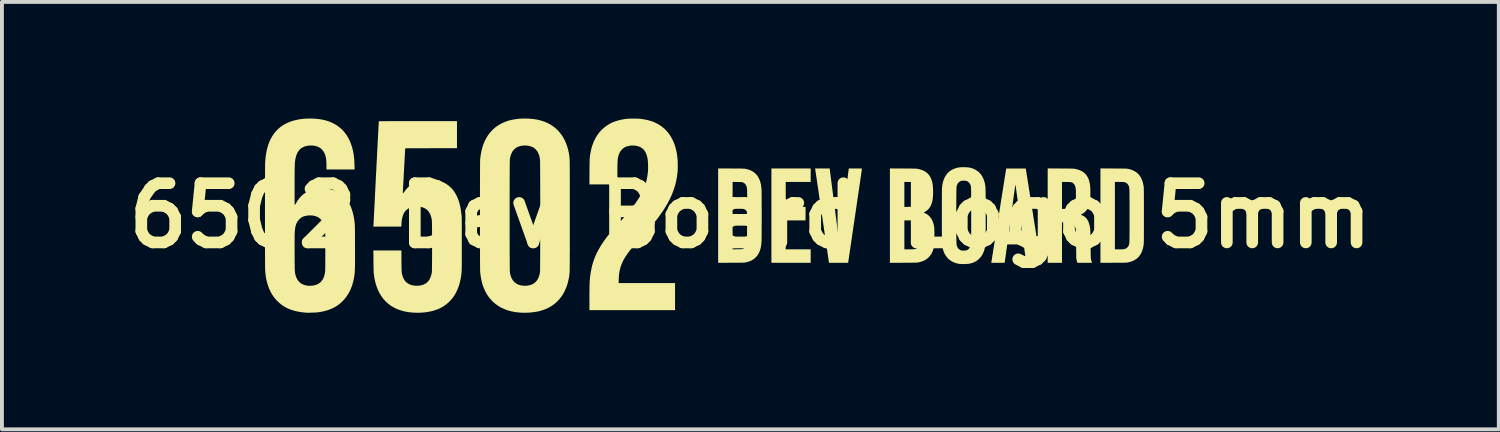
<source format=kicad_pcb>
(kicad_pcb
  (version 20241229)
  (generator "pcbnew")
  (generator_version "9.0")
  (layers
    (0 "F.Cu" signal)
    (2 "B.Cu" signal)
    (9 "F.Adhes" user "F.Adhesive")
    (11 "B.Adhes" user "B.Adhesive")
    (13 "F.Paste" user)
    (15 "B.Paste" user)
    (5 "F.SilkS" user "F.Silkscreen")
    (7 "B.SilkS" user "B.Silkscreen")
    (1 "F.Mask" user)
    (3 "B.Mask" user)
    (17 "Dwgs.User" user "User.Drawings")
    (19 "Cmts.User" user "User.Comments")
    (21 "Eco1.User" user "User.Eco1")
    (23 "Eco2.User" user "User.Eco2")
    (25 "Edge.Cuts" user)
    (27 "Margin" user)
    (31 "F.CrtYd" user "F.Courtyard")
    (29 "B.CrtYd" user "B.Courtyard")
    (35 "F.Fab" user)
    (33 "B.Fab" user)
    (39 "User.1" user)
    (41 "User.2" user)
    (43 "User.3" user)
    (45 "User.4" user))
  (footprint "6502 Dev Board Logo 5mm"
    (layer "F.Cu")
    (at 16.263 2.5)
    (property "Reference" "6502 Dev Board Logo 5mm" (at 0 0 0) (layer "F.SilkS") (effects (font (size 1.524 1.524) (thickness 0.3))))
    (attr through_hole)
    (fp_poly (pts (xy 1.553 -1.041) (xy 1.553 -0.867) (xy 1.231 -0.867) (xy 0.91 -0.867) (xy 0.911 -0.547) (xy 0.912 -0.226) (xy 1.167 -0.225) (xy 1.421 -0.224) (xy 1.421 -0.051) (xy 1.421 0.123) (xy 1.166 0.123) (xy 0.91 0.123) (xy 0.91 0.495) (xy 0.91 0.867) (xy 1.231 0.867) (xy 1.553 0.867) (xy 1.553 1.041) (xy 1.553 1.214) (xy 1.047 1.214) (xy 0.542 1.214) (xy 0.542 0) (xy 0.542 -1.214) (xy 1.047 -1.214) (xy 1.553 -1.214)) (stroke (width 0) (type solid)) (fill yes) (layer "F.SilkS"))
    (fp_poly (pts (xy 2.161 -0.282) (xy 2.173 -0.194) (xy 2.184 -0.109) (xy 2.194 -0.025) (xy 2.205 0.055) (xy 2.215 0.132) (xy 2.224 0.205) (xy 2.233 0.274) (xy 2.241 0.339) (xy 2.249 0.399) (xy 2.256 0.454) (xy 2.263 0.503) (xy 2.268 0.546) (xy 2.273 0.583) (xy 2.277 0.613) (xy 2.28 0.635) (xy 2.282 0.651) (xy 2.283 0.658) (xy 2.283 0.659) (xy 2.286 0.666) (xy 2.288 0.668) (xy 2.289 0.664) (xy 2.291 0.652) (xy 2.294 0.632) (xy 2.297 0.605) (xy 2.302 0.571) (xy 2.307 0.531) (xy 2.314 0.484) (xy 2.321 0.432) (xy 2.328 0.374) (xy 2.336 0.312) (xy 2.345 0.244) (xy 2.354 0.173) (xy 2.364 0.097) (xy 2.375 0.018) (xy 2.385 -0.064) (xy 2.396 -0.148) (xy 2.407 -0.236) (xy 2.411 -0.263) (xy 2.422 -0.351) (xy 2.433 -0.437) (xy 2.444 -0.52) (xy 2.454 -0.601) (xy 2.464 -0.678) (xy 2.474 -0.751) (xy 2.483 -0.82) (xy 2.491 -0.885) (xy 2.499 -0.945) (xy 2.506 -0.999) (xy 2.512 -1.049) (xy 2.518 -1.092) (xy 2.523 -1.128) (xy 2.527 -1.158) (xy 2.53 -1.181) (xy 2.532 -1.197) (xy 2.533 -1.204) (xy 2.533 -1.205) (xy 2.535 -1.214) (xy 2.704 -1.214) (xy 2.747 -1.214) (xy 2.782 -1.214) (xy 2.81 -1.214) (xy 2.832 -1.213) (xy 2.848 -1.213) (xy 2.86 -1.212) (xy 2.867 -1.211) (xy 2.871 -1.21) (xy 2.872 -1.208) (xy 2.873 -1.208) (xy 2.872 -1.203) (xy 2.87 -1.191) (xy 2.867 -1.171) (xy 2.863 -1.144) (xy 2.858 -1.11) (xy 2.852 -1.069) (xy 2.846 -1.023) (xy 2.838 -0.971) (xy 2.83 -0.914) (xy 2.821 -0.852) (xy 2.811 -0.786) (xy 2.801 -0.716) (xy 2.79 -0.643) (xy 2.779 -0.566) (xy 2.767 -0.487) (xy 2.755 -0.405) (xy 2.743 -0.322) (xy 2.731 -0.237) (xy 2.718 -0.151) (xy 2.705 -0.064) (xy 2.692 0.023) (xy 2.68 0.11) (xy 2.667 0.196) (xy 2.654 0.282) (xy 2.642 0.366) (xy 2.63 0.448) (xy 2.618 0.528) (xy 2.607 0.606) (xy 2.596 0.681) (xy 2.585 0.752) (xy 2.575 0.82) (xy 2.566 0.883) (xy 2.557 0.942) (xy 2.549 0.996) (xy 2.542 1.044) (xy 2.536 1.087) (xy 2.53 1.124) (xy 2.526 1.154) (xy 2.522 1.177) (xy 2.52 1.192) (xy 2.519 1.2) (xy 2.519 1.2) (xy 2.516 1.214) (xy 2.27 1.214) (xy 2.024 1.214) (xy 1.847 0.01) (xy 1.832 -0.09) (xy 1.818 -0.188) (xy 1.804 -0.284) (xy 1.79 -0.376) (xy 1.777 -0.466) (xy 1.765 -0.552) (xy 1.753 -0.634) (xy 1.741 -0.712) (xy 1.73 -0.785) (xy 1.72 -0.854) (xy 1.711 -0.918) (xy 1.702 -0.976) (xy 1.694 -1.028) (xy 1.687 -1.075) (xy 1.682 -1.114) (xy 1.677 -1.147) (xy 1.673 -1.173) (xy 1.67 -1.192) (xy 1.668 -1.202) (xy 1.668 -1.205) (xy 1.666 -1.214) (xy 1.854 -1.214) (xy 2.041 -1.214)) (stroke (width 0) (type solid)) (fill yes) (layer "F.SilkS"))
    (fp_poly (pts (xy -0.496 -1.213) (xy -0.434 -1.213) (xy -0.38 -1.213) (xy -0.334 -1.212) (xy -0.294 -1.212) (xy -0.26 -1.212) (xy -0.231 -1.211) (xy -0.207 -1.211) (xy -0.187 -1.21) (xy -0.171 -1.209) (xy -0.157 -1.209) (xy -0.146 -1.208) (xy -0.137 -1.206) (xy -0.128 -1.205) (xy -0.123 -1.204) (xy -0.056 -1.188) (xy 0.004 -1.166) (xy 0.058 -1.138) (xy 0.106 -1.104) (xy 0.149 -1.064) (xy 0.186 -1.018) (xy 0.215 -0.969) (xy 0.238 -0.92) (xy 0.256 -0.868) (xy 0.27 -0.811) (xy 0.28 -0.75) (xy 0.287 -0.682) (xy 0.288 -0.671) (xy 0.288 -0.656) (xy 0.289 -0.634) (xy 0.289 -0.604) (xy 0.29 -0.568) (xy 0.29 -0.526) (xy 0.29 -0.478) (xy 0.291 -0.426) (xy 0.291 -0.37) (xy 0.291 -0.31) (xy 0.291 -0.247) (xy 0.292 -0.182) (xy 0.292 -0.116) (xy 0.292 -0.048) (xy 0.292 0.02) (xy 0.292 0.088) (xy 0.292 0.156) (xy 0.292 0.221) (xy 0.291 0.285) (xy 0.291 0.346) (xy 0.291 0.404) (xy 0.291 0.458) (xy 0.29 0.508) (xy 0.29 0.552) (xy 0.289 0.591) (xy 0.289 0.624) (xy 0.288 0.649) (xy 0.288 0.667) (xy 0.288 0.673) (xy 0.281 0.742) (xy 0.272 0.805) (xy 0.258 0.863) (xy 0.24 0.915) (xy 0.217 0.965) (xy 0.215 0.969) (xy 0.184 1.02) (xy 0.147 1.066) (xy 0.104 1.106) (xy 0.055 1.139) (xy 0.001 1.167) (xy -0.059 1.189) (xy -0.123 1.204) (xy -0.131 1.205) (xy -0.139 1.207) (xy -0.149 1.208) (xy -0.161 1.209) (xy -0.175 1.21) (xy -0.192 1.21) (xy -0.213 1.211) (xy -0.239 1.211) (xy -0.269 1.212) (xy -0.305 1.212) (xy -0.346 1.212) (xy -0.395 1.213) (xy -0.451 1.213) (xy -0.496 1.213) (xy -0.829 1.214) (xy -0.829 0) (xy -0.829 -0.868) (xy -0.457 -0.868) (xy -0.457 0) (xy -0.457 0.868) (xy -0.337 0.866) (xy -0.302 0.866) (xy -0.274 0.865) (xy -0.253 0.865) (xy -0.236 0.864) (xy -0.224 0.863) (xy -0.214 0.861) (xy -0.206 0.86) (xy -0.198 0.857) (xy -0.193 0.855) (xy -0.162 0.839) (xy -0.137 0.819) (xy -0.117 0.793) (xy -0.101 0.761) (xy -0.091 0.723) (xy -0.085 0.683) (xy -0.084 0.674) (xy -0.084 0.657) (xy -0.083 0.632) (xy -0.083 0.601) (xy -0.082 0.564) (xy -0.082 0.521) (xy -0.082 0.473) (xy -0.081 0.42) (xy -0.081 0.364) (xy -0.081 0.304) (xy -0.081 0.242) (xy -0.081 0.178) (xy -0.081 0.112) (xy -0.081 0.045) (xy -0.081 -0.022) (xy -0.081 -0.089) (xy -0.081 -0.156) (xy -0.081 -0.221) (xy -0.081 -0.284) (xy -0.081 -0.344) (xy -0.081 -0.401) (xy -0.082 -0.455) (xy -0.082 -0.505) (xy -0.082 -0.55) (xy -0.083 -0.589) (xy -0.083 -0.622) (xy -0.083 -0.649) (xy -0.084 -0.669) (xy -0.084 -0.681) (xy -0.085 -0.683) (xy -0.092 -0.728) (xy -0.103 -0.765) (xy -0.119 -0.796) (xy -0.14 -0.822) (xy -0.166 -0.842) (xy -0.193 -0.855) (xy -0.201 -0.858) (xy -0.208 -0.86) (xy -0.217 -0.862) (xy -0.228 -0.863) (xy -0.241 -0.864) (xy -0.26 -0.865) (xy -0.283 -0.866) (xy -0.314 -0.866) (xy -0.337 -0.866) (xy -0.457 -0.868) (xy -0.829 -0.868) (xy -0.829 -1.214)) (stroke (width 0) (type solid)) (fill yes) (layer "F.SilkS"))
    (fp_poly (pts (xy 9.348 -1.213) (xy 9.41 -1.213) (xy 9.464 -1.212) (xy 9.51 -1.212) (xy 9.55 -1.212) (xy 9.584 -1.211) (xy 9.612 -1.211) (xy 9.636 -1.211) (xy 9.656 -1.21) (xy 9.672 -1.209) (xy 9.685 -1.209) (xy 9.696 -1.208) (xy 9.705 -1.207) (xy 9.713 -1.205) (xy 9.72 -1.204) (xy 9.726 -1.203) (xy 9.765 -1.193) (xy 9.798 -1.184) (xy 9.828 -1.173) (xy 9.858 -1.16) (xy 9.864 -1.157) (xy 9.915 -1.128) (xy 9.961 -1.094) (xy 10.001 -1.054) (xy 10.035 -1.007) (xy 10.064 -0.955) (xy 10.088 -0.897) (xy 10.108 -0.831) (xy 10.122 -0.76) (xy 10.124 -0.74) (xy 10.125 -0.733) (xy 10.126 -0.723) (xy 10.127 -0.709) (xy 10.127 -0.692) (xy 10.128 -0.67) (xy 10.128 -0.644) (xy 10.128 -0.614) (xy 10.129 -0.578) (xy 10.129 -0.536) (xy 10.129 -0.489) (xy 10.129 -0.436) (xy 10.13 -0.376) (xy 10.13 -0.309) (xy 10.13 -0.235) (xy 10.13 -0.153) (xy 10.13 -0.064) (xy 10.13 0) (xy 10.13 0.095) (xy 10.13 0.182) (xy 10.13 0.261) (xy 10.13 0.332) (xy 10.13 0.397) (xy 10.129 0.454) (xy 10.129 0.506) (xy 10.129 0.551) (xy 10.129 0.59) (xy 10.128 0.625) (xy 10.128 0.654) (xy 10.127 0.678) (xy 10.127 0.698) (xy 10.126 0.714) (xy 10.126 0.727) (xy 10.125 0.736) (xy 10.124 0.74) (xy 10.112 0.814) (xy 10.094 0.88) (xy 10.072 0.94) (xy 10.044 0.993) (xy 10.012 1.04) (xy 9.974 1.082) (xy 9.936 1.114) (xy 9.894 1.141) (xy 9.85 1.164) (xy 9.801 1.183) (xy 9.745 1.198) (xy 9.726 1.203) (xy 9.719 1.204) (xy 9.711 1.206) (xy 9.703 1.207) (xy 9.693 1.208) (xy 9.682 1.209) (xy 9.668 1.21) (xy 9.651 1.21) (xy 9.631 1.211) (xy 9.606 1.211) (xy 9.577 1.212) (xy 9.541 1.212) (xy 9.5 1.212) (xy 9.452 1.212) (xy 9.397 1.213) (xy 9.348 1.213) (xy 9.011 1.215) (xy 9.011 0) (xy 9.011 -0.867) (xy 9.383 -0.867) (xy 9.383 0) (xy 9.383 0.867) (xy 9.492 0.867) (xy 9.529 0.867) (xy 9.559 0.867) (xy 9.582 0.866) (xy 9.6 0.865) (xy 9.614 0.863) (xy 9.625 0.861) (xy 9.627 0.861) (xy 9.663 0.848) (xy 9.693 0.829) (xy 9.718 0.804) (xy 9.736 0.774) (xy 9.741 0.76) (xy 9.744 0.753) (xy 9.746 0.747) (xy 9.748 0.74) (xy 9.75 0.733) (xy 9.751 0.725) (xy 9.753 0.716) (xy 9.754 0.704) (xy 9.755 0.691) (xy 9.756 0.674) (xy 9.757 0.655) (xy 9.757 0.633) (xy 9.758 0.606) (xy 9.758 0.576) (xy 9.759 0.54) (xy 9.759 0.5) (xy 9.759 0.454) (xy 9.76 0.403) (xy 9.76 0.345) (xy 9.76 0.28) (xy 9.76 0.209) (xy 9.76 0.129) (xy 9.76 0.043) (xy 9.76 0) (xy 9.76 -0.091) (xy 9.76 -0.173) (xy 9.76 -0.248) (xy 9.76 -0.316) (xy 9.76 -0.377) (xy 9.759 -0.431) (xy 9.759 -0.48) (xy 9.759 -0.522) (xy 9.759 -0.56) (xy 9.758 -0.593) (xy 9.758 -0.621) (xy 9.757 -0.645) (xy 9.756 -0.666) (xy 9.755 -0.684) (xy 9.754 -0.698) (xy 9.753 -0.711) (xy 9.752 -0.721) (xy 9.75 -0.73) (xy 9.749 -0.737) (xy 9.747 -0.744) (xy 9.745 -0.75) (xy 9.743 -0.757) (xy 9.741 -0.76) (xy 9.727 -0.79) (xy 9.706 -0.817) (xy 9.681 -0.838) (xy 9.669 -0.846) (xy 9.656 -0.852) (xy 9.642 -0.857) (xy 9.628 -0.861) (xy 9.611 -0.863) (xy 9.59 -0.865) (xy 9.564 -0.866) (xy 9.533 -0.867) (xy 9.494 -0.867) (xy 9.492 -0.867) (xy 9.383 -0.867) (xy 9.011 -0.867) (xy 9.011 -1.215)) (stroke (width 0) (type solid)) (fill yes) (layer "F.SilkS"))
    (fp_poly (pts (xy 7.986 -1.213) (xy 8.048 -1.213) (xy 8.103 -1.212) (xy 8.15 -1.212) (xy 8.191 -1.212) (xy 8.225 -1.211) (xy 8.254 -1.211) (xy 8.278 -1.21) (xy 8.298 -1.209) (xy 8.314 -1.209) (xy 8.327 -1.208) (xy 8.338 -1.207) (xy 8.347 -1.206) (xy 8.355 -1.204) (xy 8.355 -1.204) (xy 8.421 -1.188) (xy 8.48 -1.168) (xy 8.532 -1.144) (xy 8.578 -1.114) (xy 8.618 -1.079) (xy 8.652 -1.039) (xy 8.681 -0.993) (xy 8.705 -0.941) (xy 8.714 -0.916) (xy 8.723 -0.886) (xy 8.731 -0.857) (xy 8.737 -0.827) (xy 8.742 -0.794) (xy 8.746 -0.758) (xy 8.749 -0.716) (xy 8.751 -0.669) (xy 8.751 -0.637) (xy 8.752 -0.561) (xy 8.751 -0.493) (xy 8.748 -0.432) (xy 8.742 -0.377) (xy 8.734 -0.327) (xy 8.723 -0.282) (xy 8.709 -0.241) (xy 8.693 -0.204) (xy 8.68 -0.179) (xy 8.656 -0.143) (xy 8.627 -0.109) (xy 8.593 -0.079) (xy 8.558 -0.053) (xy 8.529 -0.038) (xy 8.515 -0.03) (xy 8.509 -0.025) (xy 8.51 -0.021) (xy 8.517 -0.018) (xy 8.525 -0.015) (xy 8.538 -0.009) (xy 8.554 -0.001) (xy 8.565 0.004) (xy 8.605 0.028) (xy 8.64 0.06) (xy 8.67 0.098) (xy 8.696 0.143) (xy 8.716 0.196) (xy 8.732 0.255) (xy 8.734 0.261) (xy 8.737 0.278) (xy 8.74 0.294) (xy 8.743 0.31) (xy 8.745 0.328) (xy 8.747 0.346) (xy 8.749 0.367) (xy 8.75 0.39) (xy 8.751 0.416) (xy 8.753 0.447) (xy 8.753 0.482) (xy 8.754 0.523) (xy 8.755 0.569) (xy 8.756 0.622) (xy 8.756 0.682) (xy 8.757 0.747) (xy 8.758 0.811) (xy 8.758 0.868) (xy 8.759 0.917) (xy 8.76 0.96) (xy 8.76 0.997) (xy 8.761 1.028) (xy 8.762 1.054) (xy 8.763 1.077) (xy 8.764 1.096) (xy 8.766 1.112) (xy 8.768 1.125) (xy 8.77 1.137) (xy 8.772 1.148) (xy 8.775 1.159) (xy 8.779 1.169) (xy 8.783 1.18) (xy 8.784 1.184) (xy 8.794 1.214) (xy 8.606 1.214) (xy 8.419 1.214) (xy 8.414 1.203) (xy 8.411 1.194) (xy 8.407 1.179) (xy 8.402 1.16) (xy 8.399 1.146) (xy 8.388 1.102) (xy 8.385 0.745) (xy 8.384 0.678) (xy 8.384 0.62) (xy 8.383 0.569) (xy 8.383 0.525) (xy 8.382 0.487) (xy 8.381 0.454) (xy 8.38 0.426) (xy 8.379 0.403) (xy 8.378 0.383) (xy 8.377 0.366) (xy 8.375 0.352) (xy 8.373 0.34) (xy 8.371 0.329) (xy 8.368 0.319) (xy 8.365 0.309) (xy 8.362 0.299) (xy 8.362 0.298) (xy 8.346 0.263) (xy 8.325 0.234) (xy 8.298 0.21) (xy 8.265 0.193) (xy 8.225 0.181) (xy 8.217 0.18) (xy 8.198 0.177) (xy 8.172 0.175) (xy 8.141 0.174) (xy 8.106 0.174) (xy 8.102 0.174) (xy 8.021 0.173) (xy 8.021 0.694) (xy 8.021 1.214) (xy 7.837 1.214) (xy 7.653 1.214) (xy 7.653 -0.000234) (xy 7.653 -0.868) (xy 8.021 -0.868) (xy 8.021 -0.52) (xy 8.021 -0.172) (xy 8.119 -0.174) (xy 8.152 -0.175) (xy 8.178 -0.176) (xy 8.198 -0.177) (xy 8.214 -0.179) (xy 8.226 -0.181) (xy 8.237 -0.183) (xy 8.244 -0.185) (xy 8.277 -0.199) (xy 8.305 -0.216) (xy 8.325 -0.234) (xy 8.34 -0.254) (xy 8.353 -0.275) (xy 8.363 -0.3) (xy 8.369 -0.321) (xy 8.371 -0.331) (xy 8.373 -0.341) (xy 8.375 -0.352) (xy 8.376 -0.366) (xy 8.377 -0.383) (xy 8.378 -0.405) (xy 8.379 -0.432) (xy 8.379 -0.466) (xy 8.38 -0.496) (xy 8.38 -0.546) (xy 8.38 -0.589) (xy 8.38 -0.625) (xy 8.378 -0.656) (xy 8.376 -0.682) (xy 8.373 -0.704) (xy 8.37 -0.724) (xy 8.365 -0.742) (xy 8.362 -0.753) (xy 8.352 -0.779) (xy 8.342 -0.798) (xy 8.329 -0.814) (xy 8.314 -0.829) (xy 8.303 -0.839) (xy 8.292 -0.847) (xy 8.28 -0.853) (xy 8.266 -0.857) (xy 8.25 -0.861) (xy 8.23 -0.863) (xy 8.205 -0.865) (xy 8.173 -0.866) (xy 8.134 -0.866) (xy 8.134 -0.866) (xy 8.021 -0.868) (xy 7.653 -0.868) (xy 7.653 -1.215)) (stroke (width 0) (type solid)) (fill yes) (layer "F.SilkS"))
    (fp_poly (pts (xy 3.931 -1.213) (xy 3.994 -1.213) (xy 4.049 -1.212) (xy 4.097 -1.212) (xy 4.138 -1.212) (xy 4.173 -1.211) (xy 4.202 -1.211) (xy 4.227 -1.21) (xy 4.247 -1.209) (xy 4.264 -1.209) (xy 4.277 -1.208) (xy 4.288 -1.207) (xy 4.297 -1.206) (xy 4.305 -1.205) (xy 4.307 -1.204) (xy 4.373 -1.188) (xy 4.431 -1.168) (xy 4.484 -1.144) (xy 4.529 -1.114) (xy 4.569 -1.079) (xy 4.603 -1.039) (xy 4.632 -0.993) (xy 4.656 -0.941) (xy 4.665 -0.916) (xy 4.676 -0.883) (xy 4.684 -0.85) (xy 4.69 -0.816) (xy 4.695 -0.778) (xy 4.699 -0.736) (xy 4.702 -0.687) (xy 4.703 -0.66) (xy 4.704 -0.579) (xy 4.701 -0.505) (xy 4.695 -0.438) (xy 4.685 -0.378) (xy 4.671 -0.323) (xy 4.653 -0.275) (xy 4.631 -0.231) (xy 4.605 -0.193) (xy 4.577 -0.16) (xy 4.559 -0.144) (xy 4.538 -0.127) (xy 4.515 -0.111) (xy 4.494 -0.098) (xy 4.476 -0.089) (xy 4.468 -0.084) (xy 4.464 -0.08) (xy 4.464 -0.08) (xy 4.469 -0.076) (xy 4.478 -0.071) (xy 4.489 -0.066) (xy 4.537 -0.042) (xy 4.58 -0.011) (xy 4.619 0.026) (xy 4.652 0.07) (xy 4.681 0.12) (xy 4.703 0.176) (xy 4.715 0.214) (xy 4.72 0.235) (xy 4.725 0.255) (xy 4.728 0.275) (xy 4.731 0.295) (xy 4.734 0.317) (xy 4.735 0.341) (xy 4.736 0.369) (xy 4.737 0.402) (xy 4.738 0.44) (xy 4.738 0.484) (xy 4.737 0.535) (xy 4.737 0.554) (xy 4.737 0.601) (xy 4.736 0.64) (xy 4.736 0.673) (xy 4.735 0.7) (xy 4.735 0.722) (xy 4.734 0.74) (xy 4.733 0.754) (xy 4.732 0.767) (xy 4.73 0.778) (xy 4.729 0.789) (xy 4.726 0.8) (xy 4.726 0.801) (xy 4.71 0.865) (xy 4.69 0.923) (xy 4.665 0.974) (xy 4.635 1.02) (xy 4.6 1.062) (xy 4.584 1.078) (xy 4.549 1.109) (xy 4.511 1.135) (xy 4.47 1.157) (xy 4.424 1.176) (xy 4.372 1.192) (xy 4.328 1.203) (xy 4.32 1.204) (xy 4.313 1.206) (xy 4.305 1.207) (xy 4.295 1.208) (xy 4.284 1.209) (xy 4.27 1.209) (xy 4.253 1.21) (xy 4.233 1.211) (xy 4.208 1.211) (xy 4.179 1.211) (xy 4.144 1.212) (xy 4.103 1.212) (xy 4.055 1.212) (xy 4 1.213) (xy 3.94 1.213) (xy 3.592 1.215) (xy 3.592 0.123) (xy 3.964 0.123) (xy 3.964 0.495) (xy 3.964 0.867) (xy 4.087 0.867) (xy 4.126 0.867) (xy 4.157 0.867) (xy 4.183 0.866) (xy 4.203 0.865) (xy 4.219 0.864) (xy 4.231 0.862) (xy 4.239 0.861) (xy 4.266 0.852) (xy 4.291 0.839) (xy 4.313 0.822) (xy 4.329 0.806) (xy 4.338 0.791) (xy 4.345 0.777) (xy 4.352 0.761) (xy 4.357 0.743) (xy 4.36 0.722) (xy 4.363 0.697) (xy 4.366 0.667) (xy 4.367 0.631) (xy 4.368 0.588) (xy 4.369 0.565) (xy 4.369 0.5) (xy 4.369 0.442) (xy 4.368 0.392) (xy 4.365 0.348) (xy 4.36 0.311) (xy 4.355 0.278) (xy 4.347 0.25) (xy 4.338 0.226) (xy 4.327 0.206) (xy 4.314 0.189) (xy 4.302 0.175) (xy 4.286 0.162) (xy 4.269 0.15) (xy 4.251 0.141) (xy 4.23 0.135) (xy 4.206 0.13) (xy 4.177 0.126) (xy 4.142 0.124) (xy 4.1 0.123) (xy 4.071 0.123) (xy 3.964 0.123) (xy 3.592 0.123) (xy 3.592 -0.000005) (xy 3.592 -0.868) (xy 3.964 -0.868) (xy 3.964 -0.545) (xy 3.964 -0.223) (xy 4.062 -0.225) (xy 4.101 -0.227) (xy 4.131 -0.228) (xy 4.155 -0.23) (xy 4.173 -0.232) (xy 4.186 -0.235) (xy 4.224 -0.249) (xy 4.256 -0.268) (xy 4.283 -0.294) (xy 4.303 -0.326) (xy 4.318 -0.363) (xy 4.322 -0.38) (xy 4.324 -0.395) (xy 4.327 -0.416) (xy 4.328 -0.444) (xy 4.33 -0.475) (xy 4.331 -0.509) (xy 4.331 -0.544) (xy 4.332 -0.578) (xy 4.331 -0.611) (xy 4.331 -0.641) (xy 4.329 -0.665) (xy 4.328 -0.68) (xy 4.323 -0.713) (xy 4.315 -0.745) (xy 4.306 -0.773) (xy 4.295 -0.796) (xy 4.294 -0.798) (xy 4.279 -0.817) (xy 4.258 -0.835) (xy 4.235 -0.849) (xy 4.223 -0.855) (xy 4.215 -0.858) (xy 4.207 -0.86) (xy 4.199 -0.862) (xy 4.188 -0.863) (xy 4.173 -0.864) (xy 4.154 -0.865) (xy 4.129 -0.866) (xy 4.097 -0.866) (xy 4.081 -0.866) (xy 3.964 -0.868) (xy 3.592 -0.868) (xy 3.592 -1.215)) (stroke (width 0) (type solid)) (fill yes) (layer "F.SilkS"))
    (fp_poly (pts (xy 6.976 -1.213) (xy 7.008 -1.213) (xy 7.034 -1.213) (xy 7.054 -1.213) (xy 7.069 -1.212) (xy 7.08 -1.211) (xy 7.086 -1.211) (xy 7.09 -1.209) (xy 7.09 -1.209) (xy 7.091 -1.204) (xy 7.093 -1.191) (xy 7.096 -1.171) (xy 7.1 -1.143) (xy 7.106 -1.109) (xy 7.112 -1.067) (xy 7.12 -1.02) (xy 7.128 -0.966) (xy 7.138 -0.906) (xy 7.148 -0.841) (xy 7.159 -0.771) (xy 7.171 -0.697) (xy 7.183 -0.618) (xy 7.196 -0.535) (xy 7.21 -0.448) (xy 7.224 -0.358) (xy 7.239 -0.265) (xy 7.254 -0.169) (xy 7.27 -0.071) (xy 7.281 0) (xy 7.296 0.1) (xy 7.312 0.197) (xy 7.327 0.293) (xy 7.342 0.385) (xy 7.356 0.474) (xy 7.369 0.56) (xy 7.382 0.642) (xy 7.394 0.719) (xy 7.406 0.793) (xy 7.417 0.861) (xy 7.427 0.924) (xy 7.436 0.982) (xy 7.444 1.034) (xy 7.451 1.08) (xy 7.457 1.12) (xy 7.462 1.152) (xy 7.466 1.178) (xy 7.469 1.196) (xy 7.471 1.206) (xy 7.471 1.209) (xy 7.47 1.21) (xy 7.465 1.211) (xy 7.457 1.212) (xy 7.445 1.213) (xy 7.427 1.213) (xy 7.403 1.213) (xy 7.374 1.213) (xy 7.337 1.213) (xy 7.292 1.213) (xy 7.286 1.213) (xy 7.101 1.212) (xy 7.069 0.977) (xy 7.062 0.934) (xy 7.057 0.893) (xy 7.051 0.855) (xy 7.047 0.822) (xy 7.043 0.793) (xy 7.039 0.77) (xy 7.037 0.753) (xy 7.036 0.744) (xy 7.035 0.741) (xy 7.031 0.741) (xy 7.02 0.741) (xy 7.001 0.741) (xy 6.976 0.741) (xy 6.946 0.741) (xy 6.912 0.74) (xy 6.874 0.74) (xy 6.833 0.74) (xy 6.824 0.74) (xy 6.613 0.74) (xy 6.611 0.754) (xy 6.61 0.761) (xy 6.608 0.775) (xy 6.605 0.796) (xy 6.601 0.823) (xy 6.596 0.855) (xy 6.591 0.891) (xy 6.586 0.93) (xy 6.58 0.971) (xy 6.579 0.981) (xy 6.573 1.023) (xy 6.567 1.063) (xy 6.562 1.099) (xy 6.557 1.131) (xy 6.553 1.159) (xy 6.55 1.181) (xy 6.548 1.196) (xy 6.547 1.204) (xy 6.547 1.205) (xy 6.544 1.214) (xy 6.373 1.214) (xy 6.201 1.214) (xy 6.204 1.196) (xy 6.205 1.191) (xy 6.207 1.177) (xy 6.211 1.156) (xy 6.215 1.127) (xy 6.221 1.091) (xy 6.227 1.049) (xy 6.235 1) (xy 6.244 0.945) (xy 6.253 0.885) (xy 6.264 0.819) (xy 6.275 0.749) (xy 6.287 0.674) (xy 6.299 0.594) (xy 6.313 0.51) (xy 6.326 0.423) (xy 6.33 0.403) (xy 6.659 0.403) (xy 6.659 0.405) (xy 6.661 0.406) (xy 6.665 0.408) (xy 6.672 0.409) (xy 6.683 0.409) (xy 6.698 0.41) (xy 6.719 0.41) (xy 6.745 0.41) (xy 6.779 0.41) (xy 6.82 0.41) (xy 6.824 0.41) (xy 6.867 0.41) (xy 6.903 0.41) (xy 6.932 0.41) (xy 6.954 0.409) (xy 6.97 0.409) (xy 6.98 0.408) (xy 6.987 0.407) (xy 6.989 0.405) (xy 6.989 0.405) (xy 6.988 0.4) (xy 6.987 0.387) (xy 6.984 0.367) (xy 6.981 0.34) (xy 6.976 0.308) (xy 6.971 0.27) (xy 6.965 0.227) (xy 6.959 0.179) (xy 6.952 0.128) (xy 6.944 0.074) (xy 6.937 0.017) (xy 6.929 -0.042) (xy 6.92 -0.102) (xy 6.912 -0.163) (xy 6.903 -0.225) (xy 6.895 -0.286) (xy 6.887 -0.346) (xy 6.879 -0.405) (xy 6.871 -0.461) (xy 6.863 -0.515) (xy 6.856 -0.566) (xy 6.85 -0.613) (xy 6.844 -0.656) (xy 6.839 -0.693) (xy 6.834 -0.725) (xy 6.83 -0.751) (xy 6.828 -0.771) (xy 6.826 -0.783) (xy 6.825 -0.787) (xy 6.823 -0.79) (xy 6.82 -0.786) (xy 6.819 -0.785) (xy 6.818 -0.78) (xy 6.817 -0.767) (xy 6.814 -0.747) (xy 6.81 -0.721) (xy 6.805 -0.688) (xy 6.8 -0.65) (xy 6.794 -0.607) (xy 6.787 -0.559) (xy 6.78 -0.508) (xy 6.773 -0.454) (xy 6.765 -0.397) (xy 6.757 -0.338) (xy 6.749 -0.278) (xy 6.741 -0.217) (xy 6.733 -0.156) (xy 6.724 -0.095) (xy 6.716 -0.035) (xy 6.708 0.024) (xy 6.701 0.08) (xy 6.694 0.134) (xy 6.687 0.185) (xy 6.681 0.232) (xy 6.675 0.274) (xy 6.67 0.311) (xy 6.666 0.343) (xy 6.663 0.369) (xy 6.66 0.388) (xy 6.659 0.399) (xy 6.659 0.403) (xy 6.33 0.403) (xy 6.341 0.333) (xy 6.356 0.239) (xy 6.371 0.143) (xy 6.386 0.045) (xy 6.396 -0.017) (xy 6.585 -1.212) (xy 6.838 -1.213) (xy 6.892 -1.213) (xy 6.938 -1.213)) (stroke (width 0) (type solid)) (fill yes) (layer "F.SilkS"))
    (fp_poly (pts (xy -2.94 -2.497) (xy -2.896 -2.496) (xy -2.856 -2.494) (xy -2.823 -2.491) (xy -2.818 -2.49) (xy -2.724 -2.476) (xy -2.635 -2.457) (xy -2.552 -2.433) (xy -2.485 -2.409) (xy -2.405 -2.371) (xy -2.329 -2.327) (xy -2.259 -2.277) (xy -2.195 -2.22) (xy -2.135 -2.157) (xy -2.082 -2.088) (xy -2.034 -2.012) (xy -1.992 -1.931) (xy -1.956 -1.844) (xy -1.938 -1.793) (xy -1.916 -1.713) (xy -1.897 -1.628) (xy -1.883 -1.536) (xy -1.876 -1.472) (xy -1.873 -1.439) (xy -1.871 -1.4) (xy -1.87 -1.357) (xy -1.869 -1.311) (xy -1.869 -1.265) (xy -1.869 -1.22) (xy -1.87 -1.179) (xy -1.872 -1.143) (xy -1.874 -1.123) (xy -1.888 -1.004) (xy -1.91 -0.886) (xy -1.939 -0.77) (xy -1.976 -0.655) (xy -2.02 -0.541) (xy -2.072 -0.427) (xy -2.132 -0.313) (xy -2.2 -0.199) (xy -2.246 -0.127) (xy -2.291 -0.062) (xy -2.337 0.003) (xy -2.385 0.068) (xy -2.436 0.133) (xy -2.49 0.2) (xy -2.549 0.27) (xy -2.611 0.342) (xy -2.679 0.418) (xy -2.752 0.499) (xy -2.782 0.531) (xy -2.82 0.572) (xy -2.853 0.608) (xy -2.881 0.639) (xy -2.906 0.667) (xy -2.929 0.691) (xy -2.949 0.714) (xy -2.967 0.736) (xy -2.986 0.757) (xy -3.004 0.778) (xy -3.022 0.8) (xy -3.081 0.872) (xy -3.133 0.94) (xy -3.179 1.004) (xy -3.22 1.066) (xy -3.255 1.125) (xy -3.285 1.183) (xy -3.31 1.24) (xy -3.331 1.296) (xy -3.346 1.343) (xy -3.357 1.385) (xy -3.366 1.425) (xy -3.373 1.465) (xy -3.379 1.507) (xy -3.383 1.553) (xy -3.386 1.605) (xy -3.387 1.64) (xy -3.39 1.735) (xy -2.664 1.735) (xy -1.938 1.735) (xy -1.938 2.084) (xy -1.938 2.433) (xy -3.04 2.433) (xy -4.142 2.433) (xy -4.142 2.107) (xy -4.142 2.032) (xy -4.141 1.966) (xy -4.141 1.906) (xy -4.14 1.852) (xy -4.139 1.803) (xy -4.138 1.76) (xy -4.137 1.72) (xy -4.135 1.684) (xy -4.132 1.65) (xy -4.13 1.618) (xy -4.126 1.586) (xy -4.122 1.555) (xy -4.118 1.524) (xy -4.113 1.491) (xy -4.112 1.481) (xy -4.091 1.369) (xy -4.066 1.263) (xy -4.034 1.16) (xy -3.997 1.061) (xy -3.953 0.963) (xy -3.902 0.866) (xy -3.844 0.768) (xy -3.814 0.721) (xy -3.782 0.673) (xy -3.749 0.626) (xy -3.715 0.58) (xy -3.679 0.533) (xy -3.641 0.485) (xy -3.6 0.435) (xy -3.556 0.383) (xy -3.507 0.328) (xy -3.454 0.268) (xy -3.396 0.204) (xy -3.367 0.173) (xy -3.28 0.077) (xy -3.2 -0.014) (xy -3.126 -0.101) (xy -3.058 -0.185) (xy -2.996 -0.266) (xy -2.94 -0.344) (xy -2.89 -0.419) (xy -2.844 -0.493) (xy -2.804 -0.565) (xy -2.769 -0.636) (xy -2.738 -0.706) (xy -2.711 -0.776) (xy -2.689 -0.846) (xy -2.67 -0.917) (xy -2.655 -0.989) (xy -2.644 -1.063) (xy -2.635 -1.138) (xy -2.635 -1.138) (xy -2.633 -1.166) (xy -2.632 -1.2) (xy -2.632 -1.238) (xy -2.632 -1.279) (xy -2.633 -1.319) (xy -2.635 -1.358) (xy -2.637 -1.393) (xy -2.64 -1.423) (xy -2.642 -1.438) (xy -2.653 -1.501) (xy -2.668 -1.556) (xy -2.686 -1.605) (xy -2.708 -1.648) (xy -2.734 -1.685) (xy -2.764 -1.717) (xy -2.799 -1.744) (xy -2.803 -1.747) (xy -2.844 -1.769) (xy -2.89 -1.786) (xy -2.94 -1.798) (xy -2.993 -1.804) (xy -3.047 -1.805) (xy -3.101 -1.8) (xy -3.153 -1.79) (xy -3.163 -1.787) (xy -3.213 -1.769) (xy -3.258 -1.743) (xy -3.298 -1.711) (xy -3.332 -1.673) (xy -3.361 -1.628) (xy -3.383 -1.578) (xy -3.389 -1.563) (xy -3.395 -1.544) (xy -3.4 -1.526) (xy -3.404 -1.506) (xy -3.408 -1.486) (xy -3.412 -1.463) (xy -3.414 -1.438) (xy -3.417 -1.41) (xy -3.419 -1.378) (xy -3.42 -1.341) (xy -3.421 -1.299) (xy -3.422 -1.252) (xy -3.422 -1.197) (xy -3.422 -1.136) (xy -3.422 -1.08) (xy -3.422 -0.804) (xy -3.782 -0.804) (xy -4.142 -0.804) (xy -4.141 -1.126) (xy -4.14 -1.191) (xy -4.14 -1.247) (xy -4.139 -1.297) (xy -4.139 -1.34) (xy -4.138 -1.378) (xy -4.137 -1.411) (xy -4.136 -1.44) (xy -4.135 -1.466) (xy -4.133 -1.489) (xy -4.131 -1.511) (xy -4.129 -1.531) (xy -4.126 -1.552) (xy -4.123 -1.572) (xy -4.119 -1.594) (xy -4.115 -1.618) (xy -4.114 -1.625) (xy -4.092 -1.723) (xy -4.064 -1.817) (xy -4.03 -1.905) (xy -3.99 -1.988) (xy -3.944 -2.065) (xy -3.892 -2.136) (xy -3.834 -2.201) (xy -3.771 -2.26) (xy -3.702 -2.313) (xy -3.63 -2.358) (xy -3.563 -2.393) (xy -3.488 -2.423) (xy -3.408 -2.448) (xy -3.322 -2.469) (xy -3.233 -2.485) (xy -3.194 -2.49) (xy -3.162 -2.493) (xy -3.123 -2.496) (xy -3.08 -2.497) (xy -3.034 -2.498) (xy -2.986 -2.498)) (stroke (width 0) (type solid)) (fill yes) (layer "F.SilkS"))
    (fp_poly (pts (xy 5.517 -1.247) (xy 5.57 -1.244) (xy 5.616 -1.24) (xy 5.657 -1.233) (xy 5.696 -1.223) (xy 5.732 -1.21) (xy 5.769 -1.194) (xy 5.77 -1.193) (xy 5.822 -1.164) (xy 5.87 -1.128) (xy 5.913 -1.086) (xy 5.94 -1.054) (xy 5.967 -1.012) (xy 5.992 -0.964) (xy 6.013 -0.912) (xy 6.03 -0.856) (xy 6.041 -0.807) (xy 6.043 -0.794) (xy 6.045 -0.78) (xy 6.047 -0.766) (xy 6.049 -0.75) (xy 6.05 -0.733) (xy 6.052 -0.713) (xy 6.053 -0.69) (xy 6.054 -0.665) (xy 6.055 -0.636) (xy 6.055 -0.603) (xy 6.056 -0.565) (xy 6.056 -0.523) (xy 6.057 -0.476) (xy 6.057 -0.423) (xy 6.058 -0.363) (xy 6.058 -0.298) (xy 6.058 -0.225) (xy 6.058 -0.145) (xy 6.058 -0.057) (xy 6.058 -0.002) (xy 6.058 0.091) (xy 6.058 0.176) (xy 6.058 0.253) (xy 6.058 0.323) (xy 6.057 0.387) (xy 6.057 0.444) (xy 6.057 0.495) (xy 6.056 0.541) (xy 6.056 0.581) (xy 6.055 0.617) (xy 6.054 0.649) (xy 6.053 0.677) (xy 6.052 0.701) (xy 6.051 0.723) (xy 6.049 0.742) (xy 6.048 0.758) (xy 6.046 0.774) (xy 6.044 0.788) (xy 6.042 0.801) (xy 6.041 0.807) (xy 6.025 0.876) (xy 6.003 0.94) (xy 5.974 0.999) (xy 5.94 1.052) (xy 5.9 1.099) (xy 5.855 1.141) (xy 5.804 1.175) (xy 5.77 1.193) (xy 5.738 1.208) (xy 5.704 1.22) (xy 5.666 1.23) (xy 5.644 1.236) (xy 5.621 1.239) (xy 5.592 1.242) (xy 5.558 1.245) (xy 5.522 1.246) (xy 5.485 1.247) (xy 5.449 1.247) (xy 5.416 1.245) (xy 5.388 1.243) (xy 5.375 1.242) (xy 5.307 1.227) (xy 5.244 1.206) (xy 5.186 1.178) (xy 5.135 1.144) (xy 5.089 1.105) (xy 5.048 1.058) (xy 5.014 1.006) (xy 4.985 0.948) (xy 4.962 0.884) (xy 4.946 0.814) (xy 4.935 0.738) (xy 4.933 0.718) (xy 4.932 0.706) (xy 4.932 0.685) (xy 4.931 0.657) (xy 4.931 0.622) (xy 4.93 0.579) (xy 4.93 0.529) (xy 4.93 0.472) (xy 4.929 0.409) (xy 4.929 0.339) (xy 4.929 0.264) (xy 4.929 0.182) (xy 4.929 0.096) (xy 4.929 0.004) (xy 4.929 0) (xy 4.929 -0.025) (xy 5.3 -0.025) (xy 5.3 0.045) (xy 5.3 0.114) (xy 5.3 0.183) (xy 5.3 0.25) (xy 5.301 0.315) (xy 5.301 0.377) (xy 5.301 0.437) (xy 5.302 0.492) (xy 5.302 0.544) (xy 5.303 0.59) (xy 5.303 0.632) (xy 5.304 0.667) (xy 5.305 0.696) (xy 5.306 0.718) (xy 5.306 0.733) (xy 5.307 0.738) (xy 5.317 0.778) (xy 5.329 0.811) (xy 5.345 0.838) (xy 5.366 0.86) (xy 5.391 0.878) (xy 5.401 0.884) (xy 5.417 0.891) (xy 5.433 0.896) (xy 5.451 0.899) (xy 5.473 0.9) (xy 5.5 0.9) (xy 5.524 0.899) (xy 5.543 0.897) (xy 5.558 0.894) (xy 5.572 0.889) (xy 5.573 0.889) (xy 5.6 0.874) (xy 5.626 0.853) (xy 5.646 0.827) (xy 5.656 0.81) (xy 5.66 0.803) (xy 5.663 0.797) (xy 5.666 0.791) (xy 5.668 0.785) (xy 5.671 0.778) (xy 5.673 0.771) (xy 5.674 0.763) (xy 5.676 0.752) (xy 5.678 0.74) (xy 5.679 0.726) (xy 5.68 0.708) (xy 5.681 0.688) (xy 5.681 0.664) (xy 5.682 0.636) (xy 5.683 0.603) (xy 5.683 0.566) (xy 5.683 0.524) (xy 5.683 0.476) (xy 5.684 0.423) (xy 5.684 0.363) (xy 5.684 0.296) (xy 5.684 0.222) (xy 5.684 0.141) (xy 5.684 0.052) (xy 5.684 0) (xy 5.684 -0.094) (xy 5.684 -0.179) (xy 5.684 -0.257) (xy 5.684 -0.327) (xy 5.684 -0.391) (xy 5.684 -0.448) (xy 5.683 -0.499) (xy 5.683 -0.544) (xy 5.683 -0.584) (xy 5.682 -0.619) (xy 5.682 -0.649) (xy 5.681 -0.675) (xy 5.68 -0.698) (xy 5.679 -0.717) (xy 5.678 -0.733) (xy 5.677 -0.746) (xy 5.675 -0.757) (xy 5.674 -0.767) (xy 5.672 -0.774) (xy 5.67 -0.781) (xy 5.667 -0.787) (xy 5.664 -0.793) (xy 5.662 -0.799) (xy 5.658 -0.806) (xy 5.656 -0.81) (xy 5.639 -0.837) (xy 5.616 -0.861) (xy 5.59 -0.881) (xy 5.573 -0.889) (xy 5.561 -0.893) (xy 5.55 -0.896) (xy 5.538 -0.898) (xy 5.521 -0.899) (xy 5.499 -0.899) (xy 5.491 -0.899) (xy 5.468 -0.899) (xy 5.451 -0.898) (xy 5.438 -0.897) (xy 5.428 -0.895) (xy 5.418 -0.891) (xy 5.41 -0.888) (xy 5.381 -0.871) (xy 5.357 -0.852) (xy 5.339 -0.829) (xy 5.324 -0.8) (xy 5.313 -0.766) (xy 5.307 -0.738) (xy 5.306 -0.729) (xy 5.305 -0.713) (xy 5.305 -0.688) (xy 5.304 -0.657) (xy 5.303 -0.62) (xy 5.303 -0.577) (xy 5.302 -0.529) (xy 5.302 -0.476) (xy 5.301 -0.42) (xy 5.301 -0.359) (xy 5.301 -0.296) (xy 5.3 -0.23) (xy 5.3 -0.163) (xy 5.3 -0.094) (xy 5.3 -0.025) (xy 4.929 -0.025) (xy 4.929 -0.092) (xy 4.929 -0.179) (xy 4.929 -0.26) (xy 4.929 -0.336) (xy 4.929 -0.406) (xy 4.93 -0.469) (xy 4.93 -0.526) (xy 4.93 -0.577) (xy 4.931 -0.62) (xy 4.931 -0.656) (xy 4.932 -0.684) (xy 4.932 -0.705) (xy 4.933 -0.717) (xy 4.933 -0.718) (xy 4.942 -0.794) (xy 4.957 -0.865) (xy 4.978 -0.93) (xy 5.005 -0.99) (xy 5.038 -1.044) (xy 5.076 -1.092) (xy 5.12 -1.134) (xy 5.169 -1.169) (xy 5.224 -1.198) (xy 5.232 -1.201) (xy 5.276 -1.218) (xy 5.321 -1.231) (xy 5.367 -1.24) (xy 5.417 -1.245) (xy 5.472 -1.247)) (stroke (width 0) (type solid)) (fill yes) (layer "F.SilkS"))
    (fp_poly (pts (xy -5.678 -2.495) (xy -5.582 -2.486) (xy -5.489 -2.471) (xy -5.4 -2.45) (xy -5.381 -2.445) (xy -5.294 -2.415) (xy -5.211 -2.379) (xy -5.134 -2.337) (xy -5.061 -2.287) (xy -4.994 -2.232) (xy -4.933 -2.17) (xy -4.877 -2.102) (xy -4.827 -2.029) (xy -4.782 -1.949) (xy -4.744 -1.864) (xy -4.712 -1.774) (xy -4.686 -1.679) (xy -4.666 -1.579) (xy -4.665 -1.57) (xy -4.663 -1.559) (xy -4.662 -1.55) (xy -4.66 -1.54) (xy -4.659 -1.531) (xy -4.658 -1.522) (xy -4.657 -1.512) (xy -4.656 -1.501) (xy -4.655 -1.489) (xy -4.654 -1.476) (xy -4.653 -1.461) (xy -4.652 -1.444) (xy -4.651 -1.425) (xy -4.651 -1.403) (xy -4.65 -1.379) (xy -4.65 -1.352) (xy -4.649 -1.321) (xy -4.649 -1.286) (xy -4.649 -1.248) (xy -4.648 -1.206) (xy -4.648 -1.159) (xy -4.648 -1.107) (xy -4.648 -1.05) (xy -4.648 -0.988) (xy -4.647 -0.92) (xy -4.647 -0.846) (xy -4.647 -0.766) (xy -4.647 -0.68) (xy -4.647 -0.587) (xy -4.647 -0.487) (xy -4.647 -0.38) (xy -4.647 -0.265) (xy -4.647 -0.142) (xy -4.647 -0.011) (xy -4.647 0) (xy -4.647 0.132) (xy -4.647 0.255) (xy -4.647 0.371) (xy -4.647 0.479) (xy -4.647 0.579) (xy -4.647 0.673) (xy -4.647 0.76) (xy -4.647 0.84) (xy -4.647 0.914) (xy -4.648 0.983) (xy -4.648 1.045) (xy -4.648 1.102) (xy -4.648 1.155) (xy -4.648 1.202) (xy -4.649 1.245) (xy -4.649 1.283) (xy -4.649 1.318) (xy -4.65 1.349) (xy -4.65 1.377) (xy -4.651 1.402) (xy -4.651 1.423) (xy -4.652 1.443) (xy -4.653 1.46) (xy -4.654 1.475) (xy -4.655 1.488) (xy -4.655 1.5) (xy -4.656 1.511) (xy -4.658 1.521) (xy -4.659 1.531) (xy -4.66 1.54) (xy -4.661 1.549) (xy -4.663 1.559) (xy -4.664 1.569) (xy -4.665 1.57) (xy -4.684 1.67) (xy -4.709 1.766) (xy -4.741 1.857) (xy -4.779 1.942) (xy -4.822 2.022) (xy -4.872 2.096) (xy -4.928 2.164) (xy -4.989 2.227) (xy -5.056 2.283) (xy -5.128 2.333) (xy -5.205 2.376) (xy -5.284 2.411) (xy -5.363 2.439) (xy -5.448 2.462) (xy -5.538 2.479) (xy -5.632 2.491) (xy -5.729 2.498) (xy -5.829 2.5) (xy -5.931 2.496) (xy -5.933 2.495) (xy -6.037 2.485) (xy -6.135 2.467) (xy -6.229 2.443) (xy -6.317 2.412) (xy -6.4 2.375) (xy -6.478 2.331) (xy -6.55 2.281) (xy -6.617 2.225) (xy -6.678 2.163) (xy -6.734 2.094) (xy -6.784 2.019) (xy -6.828 1.939) (xy -6.865 1.852) (xy -6.891 1.781) (xy -6.913 1.702) (xy -6.931 1.617) (xy -6.945 1.528) (xy -6.955 1.441) (xy -6.955 1.432) (xy -6.956 1.414) (xy -6.956 1.389) (xy -6.956 1.357) (xy -6.957 1.318) (xy -6.957 1.272) (xy -6.957 1.22) (xy -6.958 1.162) (xy -6.958 1.099) (xy -6.958 1.031) (xy -6.958 0.959) (xy -6.958 0.882) (xy -6.959 0.801) (xy -6.959 0.718) (xy -6.959 0.631) (xy -6.959 0.541) (xy -6.959 0.449) (xy -6.959 0.356) (xy -6.959 0.261) (xy -6.959 0.165) (xy -6.959 0.068) (xy -6.959 -0.005) (xy -6.196 -0.005) (xy -6.196 0.092) (xy -6.196 0.188) (xy -6.196 0.284) (xy -6.196 0.379) (xy -6.196 0.472) (xy -6.196 0.563) (xy -6.196 0.652) (xy -6.195 0.738) (xy -6.195 0.821) (xy -6.195 0.901) (xy -6.195 0.977) (xy -6.194 1.049) (xy -6.194 1.116) (xy -6.194 1.178) (xy -6.193 1.235) (xy -6.193 1.286) (xy -6.193 1.331) (xy -6.192 1.369) (xy -6.192 1.401) (xy -6.191 1.425) (xy -6.191 1.442) (xy -6.19 1.451) (xy -6.19 1.451) (xy -6.179 1.511) (xy -6.164 1.563) (xy -6.146 1.609) (xy -6.123 1.65) (xy -6.096 1.686) (xy -6.077 1.707) (xy -6.039 1.739) (xy -5.995 1.765) (xy -5.946 1.785) (xy -5.893 1.798) (xy -5.835 1.805) (xy -5.775 1.805) (xy -5.742 1.802) (xy -5.686 1.792) (xy -5.636 1.777) (xy -5.591 1.756) (xy -5.551 1.728) (xy -5.527 1.707) (xy -5.497 1.673) (xy -5.472 1.635) (xy -5.451 1.592) (xy -5.434 1.544) (xy -5.421 1.489) (xy -5.414 1.451) (xy -5.414 1.443) (xy -5.413 1.427) (xy -5.413 1.404) (xy -5.412 1.373) (xy -5.412 1.335) (xy -5.411 1.291) (xy -5.411 1.24) (xy -5.411 1.184) (xy -5.41 1.122) (xy -5.41 1.056) (xy -5.41 0.985) (xy -5.409 0.909) (xy -5.409 0.83) (xy -5.409 0.747) (xy -5.409 0.661) (xy -5.409 0.572) (xy -5.408 0.481) (xy -5.408 0.388) (xy -5.408 0.294) (xy -5.408 0.198) (xy -5.408 0.102) (xy -5.408 0.005) (xy -5.408 -0.092) (xy -5.408 -0.188) (xy -5.408 -0.284) (xy -5.408 -0.379) (xy -5.408 -0.472) (xy -5.409 -0.563) (xy -5.409 -0.652) (xy -5.409 -0.738) (xy -5.409 -0.821) (xy -5.409 -0.901) (xy -5.41 -0.977) (xy -5.41 -1.049) (xy -5.41 -1.116) (xy -5.411 -1.178) (xy -5.411 -1.235) (xy -5.411 -1.286) (xy -5.412 -1.331) (xy -5.412 -1.369) (xy -5.413 -1.401) (xy -5.413 -1.425) (xy -5.414 -1.442) (xy -5.414 -1.451) (xy -5.414 -1.451) (xy -5.427 -1.515) (xy -5.444 -1.573) (xy -5.466 -1.624) (xy -5.477 -1.646) (xy -5.496 -1.672) (xy -5.52 -1.699) (xy -5.547 -1.725) (xy -5.575 -1.746) (xy -5.595 -1.759) (xy -5.643 -1.779) (xy -5.696 -1.794) (xy -5.751 -1.803) (xy -5.808 -1.805) (xy -5.864 -1.802) (xy -5.919 -1.792) (xy -5.971 -1.776) (xy -6.009 -1.759) (xy -6.037 -1.741) (xy -6.065 -1.718) (xy -6.091 -1.692) (xy -6.114 -1.665) (xy -6.127 -1.646) (xy -6.15 -1.598) (xy -6.17 -1.543) (xy -6.185 -1.482) (xy -6.19 -1.451) (xy -6.191 -1.443) (xy -6.191 -1.427) (xy -6.192 -1.404) (xy -6.192 -1.373) (xy -6.193 -1.335) (xy -6.193 -1.291) (xy -6.193 -1.24) (xy -6.194 -1.184) (xy -6.194 -1.122) (xy -6.194 -1.056) (xy -6.195 -0.985) (xy -6.195 -0.909) (xy -6.195 -0.83) (xy -6.195 -0.747) (xy -6.196 -0.661) (xy -6.196 -0.572) (xy -6.196 -0.481) (xy -6.196 -0.388) (xy -6.196 -0.294) (xy -6.196 -0.198) (xy -6.196 -0.102) (xy -6.196 -0.005) (xy -6.959 -0.005) (xy -6.959 -0.029) (xy -6.959 -0.126) (xy -6.959 -0.222) (xy -6.959 -0.318) (xy -6.959 -0.412) (xy -6.959 -0.504) (xy -6.959 -0.595) (xy -6.959 -0.683) (xy -6.959 -0.768) (xy -6.959 -0.85) (xy -6.958 -0.928) (xy -6.958 -1.002) (xy -6.958 -1.072) (xy -6.958 -1.137) (xy -6.957 -1.197) (xy -6.957 -1.252) (xy -6.957 -1.3) (xy -6.956 -1.342) (xy -6.956 -1.377) (xy -6.956 -1.405) (xy -6.955 -1.426) (xy -6.955 -1.439) (xy -6.955 -1.441) (xy -6.942 -1.55) (xy -6.924 -1.653) (xy -6.899 -1.75) (xy -6.869 -1.843) (xy -6.832 -1.929) (xy -6.789 -2.01) (xy -6.741 -2.085) (xy -6.686 -2.154) (xy -6.626 -2.217) (xy -6.561 -2.274) (xy -6.489 -2.325) (xy -6.412 -2.369) (xy -6.33 -2.407) (xy -6.242 -2.439) (xy -6.238 -2.441) (xy -6.153 -2.463) (xy -6.063 -2.48) (xy -5.969 -2.492) (xy -5.873 -2.499) (xy -5.775 -2.5)) (stroke (width 0) (type solid)) (fill yes) (layer "F.SilkS"))
    (fp_poly (pts (xy -7.551 -2.084) (xy -7.551 -1.735) (xy -8.218 -1.735) (xy -8.292 -1.734) (xy -8.364 -1.734) (xy -8.433 -1.734) (xy -8.5 -1.734) (xy -8.562 -1.734) (xy -8.62 -1.734) (xy -8.674 -1.734) (xy -8.722 -1.733) (xy -8.765 -1.733) (xy -8.803 -1.733) (xy -8.833 -1.733) (xy -8.857 -1.732) (xy -8.874 -1.732) (xy -8.883 -1.732) (xy -8.884 -1.731) (xy -8.884 -1.727) (xy -8.885 -1.714) (xy -8.886 -1.694) (xy -8.887 -1.667) (xy -8.889 -1.634) (xy -8.891 -1.595) (xy -8.894 -1.55) (xy -8.896 -1.5) (xy -8.899 -1.446) (xy -8.902 -1.388) (xy -8.906 -1.327) (xy -8.909 -1.262) (xy -8.913 -1.195) (xy -8.914 -1.178) (xy -8.917 -1.11) (xy -8.921 -1.044) (xy -8.924 -0.981) (xy -8.927 -0.921) (xy -8.93 -0.864) (xy -8.933 -0.811) (xy -8.936 -0.764) (xy -8.938 -0.721) (xy -8.94 -0.684) (xy -8.942 -0.653) (xy -8.943 -0.629) (xy -8.944 -0.613) (xy -8.944 -0.604) (xy -8.944 -0.603) (xy -8.944 -0.587) (xy -8.942 -0.579) (xy -8.937 -0.577) (xy -8.93 -0.583) (xy -8.919 -0.596) (xy -8.908 -0.613) (xy -8.861 -0.675) (xy -8.81 -0.731) (xy -8.753 -0.78) (xy -8.692 -0.823) (xy -8.625 -0.858) (xy -8.554 -0.887) (xy -8.477 -0.909) (xy -8.413 -0.921) (xy -8.384 -0.924) (xy -8.349 -0.927) (xy -8.309 -0.928) (xy -8.268 -0.929) (xy -8.226 -0.928) (xy -8.187 -0.926) (xy -8.152 -0.924) (xy -8.127 -0.921) (xy -8.046 -0.905) (xy -7.972 -0.884) (xy -7.903 -0.857) (xy -7.839 -0.824) (xy -7.781 -0.784) (xy -7.726 -0.738) (xy -7.725 -0.737) (xy -7.683 -0.695) (xy -7.646 -0.652) (xy -7.613 -0.604) (xy -7.582 -0.552) (xy -7.558 -0.506) (xy -7.527 -0.437) (xy -7.501 -0.365) (xy -7.479 -0.287) (xy -7.46 -0.203) (xy -7.446 -0.112) (xy -7.434 -0.015) (xy -7.432 0.008) (xy -7.431 0.02) (xy -7.431 0.034) (xy -7.43 0.052) (xy -7.429 0.074) (xy -7.429 0.101) (xy -7.429 0.132) (xy -7.428 0.168) (xy -7.428 0.209) (xy -7.427 0.257) (xy -7.427 0.31) (xy -7.427 0.37) (xy -7.427 0.436) (xy -7.427 0.51) (xy -7.427 0.592) (xy -7.427 0.681) (xy -7.427 0.734) (xy -7.427 0.825) (xy -7.427 0.908) (xy -7.427 0.984) (xy -7.427 1.053) (xy -7.427 1.115) (xy -7.427 1.17) (xy -7.427 1.22) (xy -7.428 1.265) (xy -7.428 1.305) (xy -7.429 1.34) (xy -7.43 1.372) (xy -7.43 1.4) (xy -7.431 1.425) (xy -7.433 1.447) (xy -7.434 1.468) (xy -7.436 1.486) (xy -7.437 1.504) (xy -7.439 1.52) (xy -7.442 1.537) (xy -7.444 1.553) (xy -7.447 1.57) (xy -7.45 1.588) (xy -7.452 1.602) (xy -7.473 1.702) (xy -7.499 1.798) (xy -7.532 1.887) (xy -7.571 1.971) (xy -7.615 2.049) (xy -7.665 2.121) (xy -7.721 2.187) (xy -7.783 2.247) (xy -7.85 2.301) (xy -7.923 2.349) (xy -8.001 2.39) (xy -8.03 2.402) (xy -8.109 2.432) (xy -8.195 2.457) (xy -8.285 2.476) (xy -8.38 2.49) (xy -8.479 2.498) (xy -8.58 2.5) (xy -8.683 2.496) (xy -8.695 2.495) (xy -8.795 2.485) (xy -8.89 2.468) (xy -8.981 2.444) (xy -9.068 2.415) (xy -9.149 2.379) (xy -9.224 2.338) (xy -9.255 2.318) (xy -9.323 2.267) (xy -9.386 2.209) (xy -9.444 2.145) (xy -9.496 2.075) (xy -9.543 1.999) (xy -9.583 1.918) (xy -9.618 1.831) (xy -9.647 1.739) (xy -9.669 1.642) (xy -9.673 1.625) (xy -9.677 1.598) (xy -9.682 1.574) (xy -9.685 1.552) (xy -9.688 1.531) (xy -9.691 1.509) (xy -9.693 1.487) (xy -9.694 1.462) (xy -9.696 1.435) (xy -9.697 1.405) (xy -9.698 1.37) (xy -9.698 1.331) (xy -9.699 1.285) (xy -9.7 1.232) (xy -9.7 1.175) (xy -9.703 0.897) (xy -9.342 0.897) (xy -8.982 0.897) (xy -8.98 1.162) (xy -8.98 1.22) (xy -8.979 1.271) (xy -8.979 1.314) (xy -8.978 1.351) (xy -8.977 1.383) (xy -8.976 1.41) (xy -8.975 1.433) (xy -8.973 1.453) (xy -8.971 1.47) (xy -8.969 1.486) (xy -8.966 1.501) (xy -8.962 1.516) (xy -8.958 1.531) (xy -8.954 1.546) (xy -8.943 1.578) (xy -8.929 1.611) (xy -8.913 1.642) (xy -8.897 1.668) (xy -8.894 1.672) (xy -8.864 1.707) (xy -8.827 1.737) (xy -8.784 1.762) (xy -8.738 1.782) (xy -8.722 1.787) (xy -8.672 1.798) (xy -8.619 1.804) (xy -8.565 1.805) (xy -8.512 1.8) (xy -8.461 1.791) (xy -8.415 1.777) (xy -8.414 1.776) (xy -8.369 1.754) (xy -8.329 1.726) (xy -8.294 1.692) (xy -8.264 1.652) (xy -8.239 1.604) (xy -8.219 1.55) (xy -8.203 1.49) (xy -8.198 1.464) (xy -8.197 1.455) (xy -8.196 1.438) (xy -8.196 1.414) (xy -8.195 1.383) (xy -8.195 1.346) (xy -8.194 1.304) (xy -8.194 1.256) (xy -8.193 1.204) (xy -8.193 1.149) (xy -8.192 1.09) (xy -8.192 1.028) (xy -8.192 0.964) (xy -8.192 0.899) (xy -8.192 0.832) (xy -8.192 0.766) (xy -8.192 0.699) (xy -8.192 0.633) (xy -8.192 0.569) (xy -8.192 0.507) (xy -8.193 0.447) (xy -8.193 0.39) (xy -8.193 0.337) (xy -8.194 0.288) (xy -8.194 0.244) (xy -8.195 0.205) (xy -8.196 0.172) (xy -8.196 0.146) (xy -8.197 0.127) (xy -8.198 0.116) (xy -8.198 0.114) (xy -8.211 0.05) (xy -8.229 -0.008) (xy -8.252 -0.059) (xy -8.281 -0.104) (xy -8.314 -0.143) (xy -8.323 -0.151) (xy -8.359 -0.177) (xy -8.4 -0.199) (xy -8.447 -0.216) (xy -8.497 -0.228) (xy -8.551 -0.235) (xy -8.605 -0.235) (xy -8.636 -0.233) (xy -8.694 -0.224) (xy -8.746 -0.209) (xy -8.793 -0.188) (xy -8.835 -0.161) (xy -8.871 -0.128) (xy -8.902 -0.089) (xy -8.927 -0.043) (xy -8.948 0.01) (xy -8.963 0.069) (xy -8.974 0.135) (xy -8.98 0.208) (xy -8.98 0.215) (xy -8.983 0.283) (xy -9.342 0.283) (xy -9.701 0.283) (xy -9.701 0.265) (xy -9.7 0.259) (xy -9.7 0.245) (xy -9.699 0.223) (xy -9.697 0.194) (xy -9.696 0.159) (xy -9.694 0.116) (xy -9.691 0.068) (xy -9.689 0.014) (xy -9.686 -0.045) (xy -9.682 -0.109) (xy -9.679 -0.178) (xy -9.675 -0.251) (xy -9.671 -0.327) (xy -9.667 -0.407) (xy -9.663 -0.489) (xy -9.659 -0.575) (xy -9.654 -0.662) (xy -9.65 -0.751) (xy -9.645 -0.842) (xy -9.641 -0.933) (xy -9.636 -1.026) (xy -9.631 -1.118) (xy -9.626 -1.21) (xy -9.622 -1.302) (xy -9.617 -1.393) (xy -9.612 -1.483) (xy -9.608 -1.57) (xy -9.604 -1.656) (xy -9.599 -1.739) (xy -9.595 -1.82) (xy -9.591 -1.897) (xy -9.587 -1.97) (xy -9.584 -2.04) (xy -9.58 -2.105) (xy -9.577 -2.165) (xy -9.574 -2.22) (xy -9.572 -2.269) (xy -9.569 -2.313) (xy -9.567 -2.35) (xy -9.566 -2.38) (xy -9.564 -2.403) (xy -9.564 -2.419) (xy -9.563 -2.426) (xy -9.563 -2.427) (xy -9.561 -2.428) (xy -9.556 -2.428) (xy -9.548 -2.429) (xy -9.536 -2.429) (xy -9.52 -2.43) (xy -9.5 -2.43) (xy -9.475 -2.431) (xy -9.446 -2.431) (xy -9.411 -2.431) (xy -9.371 -2.431) (xy -9.325 -2.432) (xy -9.274 -2.432) (xy -9.216 -2.432) (xy -9.152 -2.432) (xy -9.082 -2.432) (xy -9.004 -2.432) (xy -8.919 -2.432) (xy -8.827 -2.432) (xy -8.727 -2.433) (xy -8.618 -2.433) (xy -8.556 -2.433) (xy -7.551 -2.433)) (stroke (width 0) (type solid)) (fill yes) (layer "F.SilkS"))
    (fp_poly (pts (xy -11.281 -2.499) (xy -11.181 -2.493) (xy -11.087 -2.483) (xy -10.999 -2.467) (xy -10.916 -2.447) (xy -10.837 -2.42) (xy -10.807 -2.409) (xy -10.726 -2.371) (xy -10.651 -2.328) (xy -10.581 -2.277) (xy -10.516 -2.221) (xy -10.457 -2.158) (xy -10.404 -2.089) (xy -10.356 -2.014) (xy -10.314 -1.933) (xy -10.279 -1.847) (xy -10.249 -1.755) (xy -10.225 -1.658) (xy -10.219 -1.628) (xy -10.208 -1.559) (xy -10.199 -1.484) (xy -10.193 -1.404) (xy -10.189 -1.322) (xy -10.187 -1.238) (xy -10.187 -1.189) (xy -10.549 -1.189) (xy -10.91 -1.189) (xy -10.911 -1.283) (xy -10.911 -1.336) (xy -10.913 -1.382) (xy -10.916 -1.423) (xy -10.92 -1.459) (xy -10.925 -1.493) (xy -10.933 -1.525) (xy -10.942 -1.557) (xy -10.943 -1.559) (xy -10.964 -1.612) (xy -10.99 -1.658) (xy -11.022 -1.698) (xy -11.059 -1.732) (xy -11.101 -1.759) (xy -11.146 -1.779) (xy -11.195 -1.793) (xy -11.249 -1.802) (xy -11.304 -1.805) (xy -11.359 -1.803) (xy -11.413 -1.795) (xy -11.465 -1.782) (xy -11.512 -1.763) (xy -11.513 -1.762) (xy -11.555 -1.738) (xy -11.592 -1.708) (xy -11.624 -1.672) (xy -11.651 -1.631) (xy -11.674 -1.583) (xy -11.693 -1.528) (xy -11.708 -1.467) (xy -11.719 -1.399) (xy -11.72 -1.381) (xy -11.722 -1.361) (xy -11.724 -1.338) (xy -11.725 -1.312) (xy -11.726 -1.282) (xy -11.727 -1.248) (xy -11.728 -1.209) (xy -11.729 -1.165) (xy -11.73 -1.115) (xy -11.73 -1.059) (xy -11.731 -0.997) (xy -11.731 -0.928) (xy -11.731 -0.852) (xy -11.731 -0.767) (xy -11.731 -0.733) (xy -11.731 -0.661) (xy -11.731 -0.597) (xy -11.731 -0.541) (xy -11.731 -0.492) (xy -11.731 -0.449) (xy -11.731 -0.413) (xy -11.731 -0.382) (xy -11.73 -0.356) (xy -11.73 -0.335) (xy -11.73 -0.318) (xy -11.729 -0.305) (xy -11.729 -0.296) (xy -11.728 -0.289) (xy -11.727 -0.284) (xy -11.726 -0.281) (xy -11.725 -0.28) (xy -11.724 -0.279) (xy -11.723 -0.279) (xy -11.718 -0.282) (xy -11.711 -0.29) (xy -11.702 -0.305) (xy -11.695 -0.316) (xy -11.654 -0.386) (xy -11.608 -0.448) (xy -11.558 -0.504) (xy -11.502 -0.552) (xy -11.442 -0.594) (xy -11.377 -0.629) (xy -11.306 -0.657) (xy -11.231 -0.678) (xy -11.157 -0.692) (xy -11.13 -0.695) (xy -11.096 -0.698) (xy -11.059 -0.699) (xy -11.02 -0.7) (xy -10.981 -0.699) (xy -10.945 -0.698) (xy -10.913 -0.697) (xy -10.894 -0.694) (xy -10.81 -0.68) (xy -10.732 -0.659) (xy -10.659 -0.631) (xy -10.592 -0.596) (xy -10.529 -0.554) (xy -10.471 -0.506) (xy -10.418 -0.451) (xy -10.371 -0.389) (xy -10.328 -0.32) (xy -10.321 -0.308) (xy -10.289 -0.243) (xy -10.261 -0.17) (xy -10.236 -0.092) (xy -10.215 -0.008) (xy -10.199 0.078) (xy -10.196 0.098) (xy -10.193 0.117) (xy -10.191 0.135) (xy -10.189 0.152) (xy -10.187 0.17) (xy -10.185 0.188) (xy -10.183 0.207) (xy -10.182 0.228) (xy -10.181 0.251) (xy -10.18 0.277) (xy -10.179 0.306) (xy -10.178 0.34) (xy -10.178 0.377) (xy -10.177 0.419) (xy -10.177 0.467) (xy -10.177 0.521) (xy -10.176 0.581) (xy -10.176 0.648) (xy -10.176 0.722) (xy -10.176 0.789) (xy -10.175 0.877) (xy -10.175 0.956) (xy -10.175 1.029) (xy -10.175 1.094) (xy -10.175 1.153) (xy -10.175 1.206) (xy -10.176 1.253) (xy -10.176 1.296) (xy -10.177 1.334) (xy -10.178 1.369) (xy -10.179 1.4) (xy -10.181 1.428) (xy -10.182 1.453) (xy -10.184 1.477) (xy -10.187 1.5) (xy -10.189 1.521) (xy -10.192 1.542) (xy -10.195 1.564) (xy -10.199 1.586) (xy -10.202 1.605) (xy -10.223 1.702) (xy -10.25 1.795) (xy -10.283 1.884) (xy -10.323 1.967) (xy -10.369 2.045) (xy -10.421 2.118) (xy -10.478 2.184) (xy -10.541 2.245) (xy -10.61 2.3) (xy -10.641 2.321) (xy -10.712 2.363) (xy -10.79 2.4) (xy -10.873 2.432) (xy -10.962 2.457) (xy -11.055 2.477) (xy -11.139 2.49) (xy -11.159 2.491) (xy -11.185 2.493) (xy -11.216 2.495) (xy -11.25 2.496) (xy -11.286 2.497) (xy -11.322 2.498) (xy -11.356 2.499) (xy -11.388 2.499) (xy -11.414 2.499) (xy -11.434 2.498) (xy -11.437 2.498) (xy -11.54 2.487) (xy -11.635 2.472) (xy -11.725 2.452) (xy -11.808 2.428) (xy -11.886 2.397) (xy -11.959 2.362) (xy -12.028 2.321) (xy -12.092 2.274) (xy -12.152 2.221) (xy -12.179 2.195) (xy -12.207 2.165) (xy -12.231 2.138) (xy -12.253 2.111) (xy -12.275 2.081) (xy -12.296 2.05) (xy -12.341 1.974) (xy -12.381 1.892) (xy -12.414 1.804) (xy -12.442 1.711) (xy -12.464 1.612) (xy -12.479 1.507) (xy -12.488 1.409) (xy -12.489 1.399) (xy -12.489 1.38) (xy -12.49 1.354) (xy -12.49 1.321) (xy -12.49 1.28) (xy -12.491 1.234) (xy -12.491 1.181) (xy -12.491 1.122) (xy -12.491 1.059) (xy -12.492 0.99) (xy -12.492 0.917) (xy -12.492 0.84) (xy -12.492 0.759) (xy -12.492 0.745) (xy -11.731 0.745) (xy -11.731 0.813) (xy -11.73 0.89) (xy -11.73 0.962) (xy -11.73 1.037) (xy -11.729 1.103) (xy -11.729 1.163) (xy -11.729 1.215) (xy -11.728 1.261) (xy -11.728 1.301) (xy -11.727 1.336) (xy -11.727 1.366) (xy -11.726 1.393) (xy -11.725 1.415) (xy -11.723 1.434) (xy -11.722 1.451) (xy -11.72 1.466) (xy -11.718 1.479) (xy -11.716 1.492) (xy -11.713 1.503) (xy -11.711 1.515) (xy -11.707 1.528) (xy -11.706 1.532) (xy -11.688 1.587) (xy -11.664 1.637) (xy -11.634 1.68) (xy -11.599 1.718) (xy -11.558 1.748) (xy -11.513 1.773) (xy -11.462 1.791) (xy -11.407 1.802) (xy -11.347 1.806) (xy -11.283 1.803) (xy -11.272 1.802) (xy -11.214 1.792) (xy -11.162 1.775) (xy -11.115 1.753) (xy -11.074 1.723) (xy -11.038 1.687) (xy -11.008 1.645) (xy -10.983 1.596) (xy -10.964 1.541) (xy -10.95 1.479) (xy -10.945 1.445) (xy -10.944 1.434) (xy -10.943 1.415) (xy -10.943 1.388) (xy -10.942 1.353) (xy -10.941 1.31) (xy -10.941 1.259) (xy -10.941 1.2) (xy -10.94 1.132) (xy -10.94 1.057) (xy -10.94 0.973) (xy -10.94 0.901) (xy -10.94 0.821) (xy -10.94 0.75) (xy -10.94 0.686) (xy -10.94 0.628) (xy -10.941 0.578) (xy -10.941 0.533) (xy -10.941 0.494) (xy -10.942 0.459) (xy -10.943 0.43) (xy -10.943 0.404) (xy -10.944 0.382) (xy -10.946 0.363) (xy -10.947 0.346) (xy -10.949 0.331) (xy -10.951 0.318) (xy -10.953 0.306) (xy -10.955 0.295) (xy -10.958 0.284) (xy -10.961 0.272) (xy -10.963 0.264) (xy -10.982 0.209) (xy -11.007 0.159) (xy -11.037 0.116) (xy -11.073 0.079) (xy -11.113 0.049) (xy -11.159 0.025) (xy -11.211 0.008) (xy -11.266 -0.003) (xy -11.327 -0.006) (xy -11.382 -0.004) (xy -11.438 0.004) (xy -11.487 0.017) (xy -11.531 0.035) (xy -11.571 0.06) (xy -11.607 0.091) (xy -11.609 0.093) (xy -11.638 0.126) (xy -11.662 0.161) (xy -11.682 0.199) (xy -11.698 0.242) (xy -11.711 0.292) (xy -11.713 0.3) (xy -11.715 0.315) (xy -11.718 0.33) (xy -11.72 0.347) (xy -11.722 0.365) (xy -11.724 0.385) (xy -11.726 0.408) (xy -11.727 0.434) (xy -11.728 0.464) (xy -11.729 0.498) (xy -11.73 0.536) (xy -11.73 0.579) (xy -11.73 0.628) (xy -11.731 0.683) (xy -11.731 0.745) (xy -12.492 0.745) (xy -12.492 0.675) (xy -12.492 0.588) (xy -12.493 0.499) (xy -12.493 0.407) (xy -12.493 0.314) (xy -12.493 0.22) (xy -12.493 0.124) (xy -12.493 0.029) (xy -12.493 -0.067) (xy -12.493 -0.162) (xy -12.493 -0.257) (xy -12.493 -0.351) (xy -12.493 -0.442) (xy -12.492 -0.532) (xy -12.492 -0.62) (xy -12.492 -0.705) (xy -12.492 -0.787) (xy -12.492 -0.865) (xy -12.492 -0.939) (xy -12.491 -1.009) (xy -12.491 -1.075) (xy -12.491 -1.135) (xy -12.491 -1.189) (xy -12.49 -1.238) (xy -12.49 -1.28) (xy -12.49 -1.315) (xy -12.489 -1.344) (xy -12.489 -1.365) (xy -12.488 -1.377) (xy -12.488 -1.379) (xy -12.478 -1.493) (xy -12.463 -1.601) (xy -12.443 -1.702) (xy -12.417 -1.797) (xy -12.386 -1.885) (xy -12.349 -1.967) (xy -12.307 -2.043) (xy -12.259 -2.114) (xy -12.206 -2.178) (xy -12.147 -2.237) (xy -12.083 -2.29) (xy -12.04 -2.32) (xy -11.968 -2.362) (xy -11.89 -2.399) (xy -11.806 -2.431) (xy -11.717 -2.456) (xy -11.623 -2.476) (xy -11.524 -2.49) (xy -11.42 -2.498) (xy -11.313 -2.499)) (stroke (width 0) (type solid)) (fill yes) (layer "F.SilkS")))
  (gr_rect
    (start -3 -3)
    (end 35.527 8)
    (stroke (width 0.1) (type default))
    (fill no)
    (layer "Edge.Cuts")))
</source>
